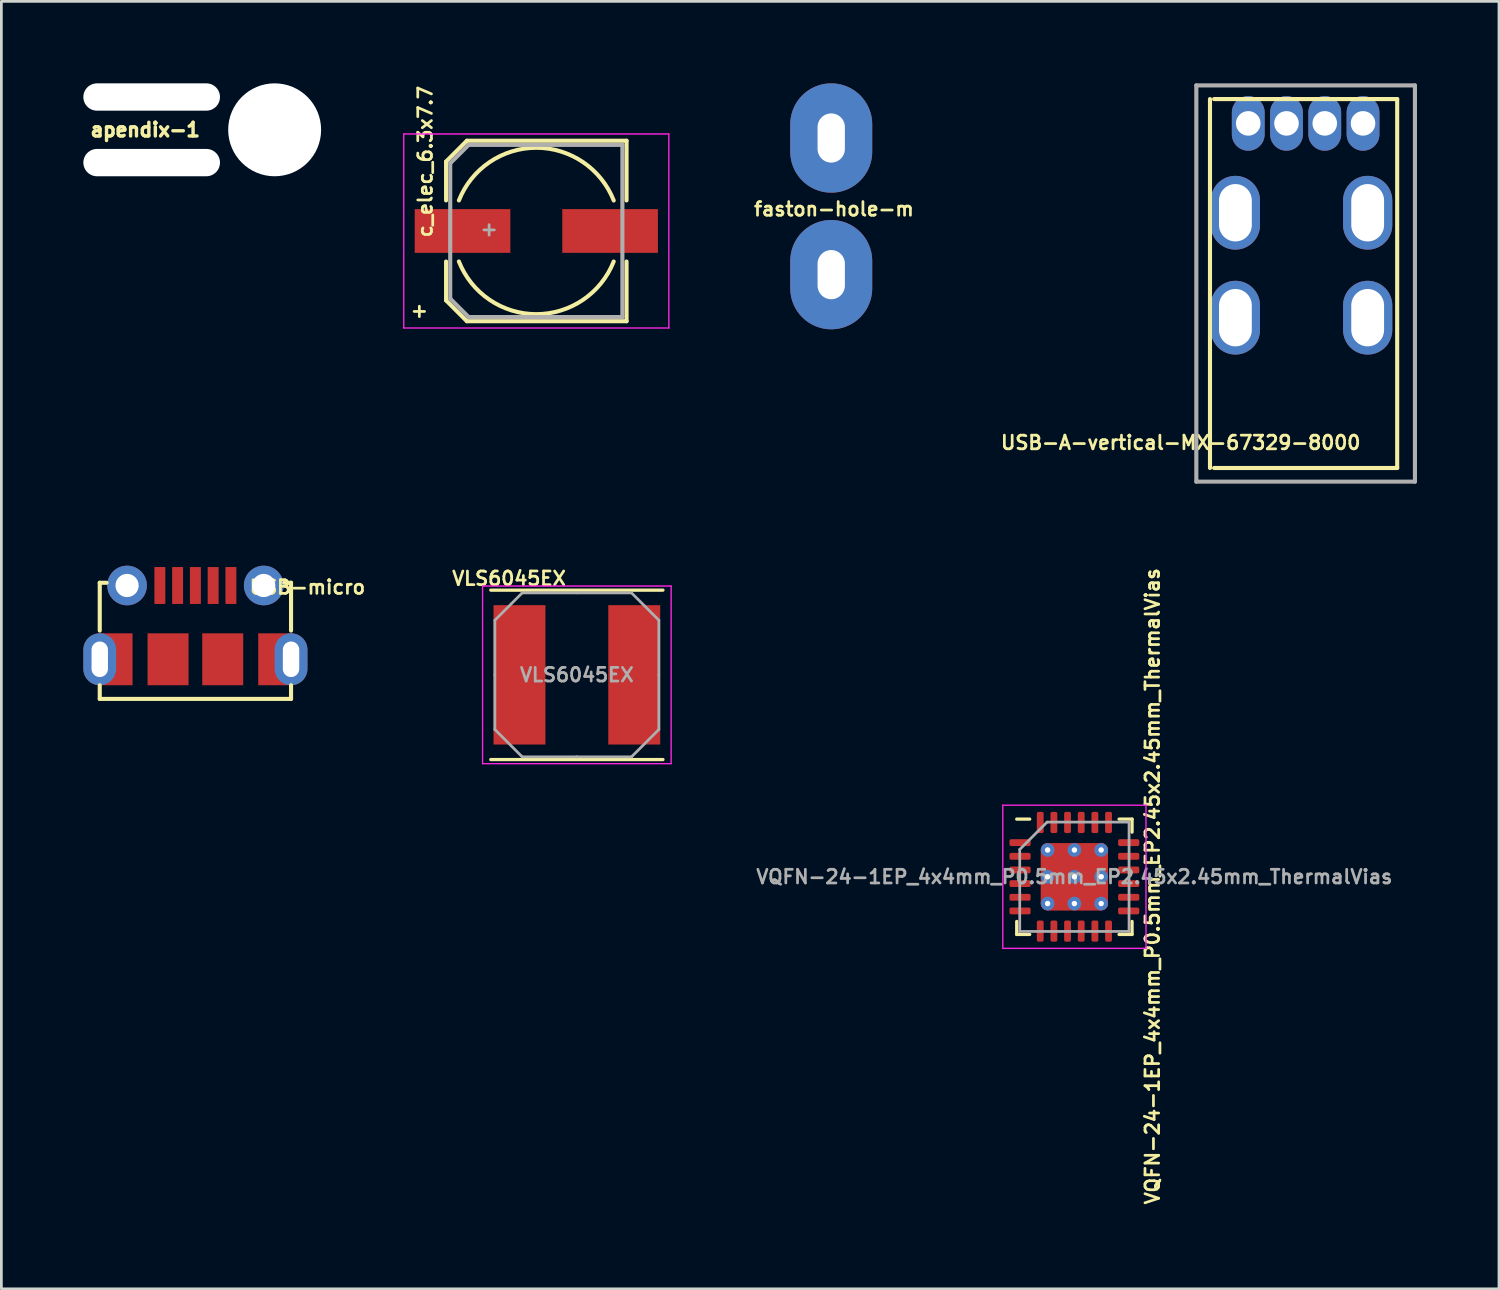
<source format=kicad_pcb>
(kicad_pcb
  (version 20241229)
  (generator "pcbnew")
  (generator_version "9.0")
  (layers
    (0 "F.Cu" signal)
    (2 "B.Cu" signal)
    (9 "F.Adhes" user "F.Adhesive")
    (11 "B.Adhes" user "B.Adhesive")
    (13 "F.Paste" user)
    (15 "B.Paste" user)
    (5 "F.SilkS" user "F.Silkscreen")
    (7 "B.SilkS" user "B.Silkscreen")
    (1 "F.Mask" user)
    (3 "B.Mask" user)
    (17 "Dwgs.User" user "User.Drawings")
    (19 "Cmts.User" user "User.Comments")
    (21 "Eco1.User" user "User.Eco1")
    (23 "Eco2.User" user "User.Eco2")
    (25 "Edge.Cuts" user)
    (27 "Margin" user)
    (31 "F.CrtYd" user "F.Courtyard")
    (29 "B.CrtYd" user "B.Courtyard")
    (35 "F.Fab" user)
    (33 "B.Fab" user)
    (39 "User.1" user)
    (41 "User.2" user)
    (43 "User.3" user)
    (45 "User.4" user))
  (footprint "faston-hole-m"
    (layer "F.Cu")
    (at 27.367 4.5)
    (property "Reference" "faston-hole-m" (at 0.1 0.1 180) (layer "F.SilkS") (effects (font (size 0.5 0.5) (thickness 0.1))))
    (attr through_hole)
    (pad "1" thru_hole oval (at 0 -2.5) (size 3 4) (drill oval 1 1.8) (layers "*.Cu" "*.Mask"))
    (pad "1" thru_hole oval (at 0 2.5) (size 3 4) (drill oval 1 1.8) (layers "*.Cu" "*.Mask")))
  (footprint "USB-A-vertical-MX-67329-8000"
    (layer "F.Cu")
    (at 44.727 8.575)
    (property "Reference" "USB-A-vertical-MX-67329-8000" (at -4.572 4.572 0) (layer "F.SilkS") (effects (font (size 0.5 0.5) (thickness 0.1))))
    (attr through_hole)
    (fp_line (start -3.5 5.5) (end -3.5 -8) (stroke (width 0.15) (type solid)) (layer "F.SilkS"))
    (fp_line (start -3.35 -8) (end 3.35 -8) (stroke (width 0.15) (type solid)) (layer "F.SilkS"))
    (fp_line (start 3.35 -8) (end 3.35 5.5) (stroke (width 0.15) (type solid)) (layer "F.SilkS"))
    (fp_line (start 3.35 5.5) (end -3.35 5.5) (stroke (width 0.15) (type solid)) (layer "F.SilkS"))
    (fp_line (start -4 -8.5) (end -4 6) (stroke (width 0.15) (type solid)) (layer "F.Fab"))
    (fp_line (start -4 6) (end 4 6) (stroke (width 0.15) (type solid)) (layer "F.Fab"))
    (fp_line (start 4 -8.5) (end -4 -8.5) (stroke (width 0.15) (type solid)) (layer "F.Fab"))
    (fp_line (start 4 6) (end 4 -8.5) (stroke (width 0.15) (type solid)) (layer "F.Fab"))
    (pad "1" thru_hole oval (at 2.1 -7.11) (size 1.2 2) (drill 0.9) (layers "*.Cu" "*.Mask"))
    (pad "2" thru_hole oval (at 0.7 -7.11) (size 1.2 2) (drill 0.9) (layers "*.Cu" "*.Mask"))
    (pad "3" thru_hole oval (at -0.7 -7.11) (size 1.2 2) (drill 0.9) (layers "*.Cu" "*.Mask"))
    (pad "4" thru_hole oval (at -2.1 -7.11) (size 1.2 2) (drill 0.9) (layers "*.Cu" "*.Mask"))
    (pad "5" thru_hole oval (at -2.57 -3.84) (size 1.8 2.7) (drill oval 1.2 2.1) (layers "*.Cu" "*.Mask"))
    (pad "5" thru_hole oval (at -2.57 0) (size 1.8 2.7) (drill oval 1.2 2.1) (layers "*.Cu" "*.Mask"))
    (pad "5" thru_hole oval (at 2.27 -3.84) (size 1.8 2.7) (drill oval 1.2 2.1) (layers "*.Cu" "*.Mask"))
    (pad "5" thru_hole oval (at 2.27 0) (size 1.8 2.7) (drill oval 1.2 2.1) (layers "*.Cu" "*.Mask")))
  (footprint "VQFN-24-1EP_4x4mm_P0.5mm_EP2.45x2.45mm_ThermalVias"
    (layer "F.Cu")
    (at 36.265 29.034)
    (property "Reference" "VQFN-24-1EP_4x4mm_P0.5mm_EP2.45x2.45mm_ThermalVias" (at 2.857 0.347 90) (layer "F.SilkS") (effects (font (size 0.5 0.5) (thickness 0.1))))
    (attr smd)
    (fp_line (start -2.11 2.11) (end -2.11 1.635) (stroke (width 0.12) (type solid)) (layer "F.SilkS"))
    (fp_line (start -1.635 -2.11) (end -2.11 -2.11) (stroke (width 0.12) (type solid)) (layer "F.SilkS"))
    (fp_line (start -1.635 2.11) (end -2.11 2.11) (stroke (width 0.12) (type solid)) (layer "F.SilkS"))
    (fp_line (start 1.635 -2.11) (end 2.11 -2.11) (stroke (width 0.12) (type solid)) (layer "F.SilkS"))
    (fp_line (start 1.635 2.11) (end 2.11 2.11) (stroke (width 0.12) (type solid)) (layer "F.SilkS"))
    (fp_line (start 2.11 -2.11) (end 2.11 -1.635) (stroke (width 0.12) (type solid)) (layer "F.SilkS"))
    (fp_line (start 2.11 2.11) (end 2.11 1.635) (stroke (width 0.12) (type solid)) (layer "F.SilkS"))
    (fp_line (start -2.62 -2.62) (end -2.62 2.62) (stroke (width 0.05) (type solid)) (layer "F.CrtYd"))
    (fp_line (start -2.62 2.62) (end 2.62 2.62) (stroke (width 0.05) (type solid)) (layer "F.CrtYd"))
    (fp_line (start 2.62 -2.62) (end -2.62 -2.62) (stroke (width 0.05) (type solid)) (layer "F.CrtYd"))
    (fp_line (start 2.62 2.62) (end 2.62 -2.62) (stroke (width 0.05) (type solid)) (layer "F.CrtYd"))
    (fp_line (start -2 -1) (end -1 -2) (stroke (width 0.1) (type solid)) (layer "F.Fab"))
    (fp_line (start -2 2) (end -2 -1) (stroke (width 0.1) (type solid)) (layer "F.Fab"))
    (fp_line (start -1 -2) (end 2 -2) (stroke (width 0.1) (type solid)) (layer "F.Fab"))
    (fp_line (start 2 -2) (end 2 2) (stroke (width 0.1) (type solid)) (layer "F.Fab"))
    (fp_line (start 2 2) (end -2 2) (stroke (width 0.1) (type solid)) (layer "F.Fab"))
    (fp_text user "${REFERENCE}" (at 0 0 0) (layer "F.Fab") (effects (font (size 0.5 0.5) (thickness 0.1))))
    (pad "" smd custom (at -0.49 -0.49) (size 0.759 0.759) (layers "F.Paste") (options (anchor circle)) (primitives (gr_poly (pts (xy -0.454 -0.243) (xy -0.243 -0.454) (xy 0.243 -0.454) (xy 0.454 -0.243) (xy 0.454 0.243) (xy 0.243 0.454) (xy -0.243 0.454) (xy -0.454 0.243)) (width 0) (fill yes))))
    (pad "" smd custom (at -0.49 0.49) (size 0.759 0.759) (layers "F.Paste") (options (anchor circle)) (primitives (gr_poly (pts (xy -0.454 -0.243) (xy -0.243 -0.454) (xy 0.243 -0.454) (xy 0.454 -0.243) (xy 0.454 0.243) (xy 0.243 0.454) (xy -0.243 0.454) (xy -0.454 0.243)) (width 0) (fill yes))))
    (pad "" smd custom (at 0.49 -0.49) (size 0.759 0.759) (layers "F.Paste") (options (anchor circle)) (primitives (gr_poly (pts (xy -0.454 -0.243) (xy -0.243 -0.454) (xy 0.243 -0.454) (xy 0.454 -0.243) (xy 0.454 0.243) (xy 0.243 0.454) (xy -0.243 0.454) (xy -0.454 0.243)) (width 0) (fill yes))))
    (pad "" smd custom (at 0.49 0.49) (size 0.759 0.759) (layers "F.Paste") (options (anchor circle)) (primitives (gr_poly (pts (xy -0.454 -0.243) (xy -0.243 -0.454) (xy 0.243 -0.454) (xy 0.454 -0.243) (xy 0.454 0.243) (xy 0.243 0.454) (xy -0.243 0.454) (xy -0.454 0.243)) (width 0) (fill yes))))
    (pad "1" smd roundrect (at -1.988 -1.25) (size 0.775 0.25) (layers "F.Cu" "F.Mask" "F.Paste") (roundrect_rratio 0.25))
    (pad "2" smd roundrect (at -1.988 -0.75) (size 0.775 0.25) (layers "F.Cu" "F.Mask" "F.Paste") (roundrect_rratio 0.25))
    (pad "3" smd roundrect (at -1.988 -0.25) (size 0.775 0.25) (layers "F.Cu" "F.Mask" "F.Paste") (roundrect_rratio 0.25))
    (pad "4" smd roundrect (at -1.988 0.25) (size 0.775 0.25) (layers "F.Cu" "F.Mask" "F.Paste") (roundrect_rratio 0.25))
    (pad "5" smd roundrect (at -1.988 0.75) (size 0.775 0.25) (layers "F.Cu" "F.Mask" "F.Paste") (roundrect_rratio 0.25))
    (pad "6" smd roundrect (at -1.988 1.25) (size 0.775 0.25) (layers "F.Cu" "F.Mask" "F.Paste") (roundrect_rratio 0.25))
    (pad "7" smd roundrect (at -1.25 1.988) (size 0.25 0.775) (layers "F.Cu" "F.Mask" "F.Paste") (roundrect_rratio 0.25))
    (pad "8" smd roundrect (at -0.75 1.988) (size 0.25 0.775) (layers "F.Cu" "F.Mask" "F.Paste") (roundrect_rratio 0.25))
    (pad "9" smd roundrect (at -0.25 1.988) (size 0.25 0.775) (layers "F.Cu" "F.Mask" "F.Paste") (roundrect_rratio 0.25))
    (pad "10" smd roundrect (at 0.25 1.988) (size 0.25 0.775) (layers "F.Cu" "F.Mask" "F.Paste") (roundrect_rratio 0.25))
    (pad "11" smd roundrect (at 0.75 1.988) (size 0.25 0.775) (layers "F.Cu" "F.Mask" "F.Paste") (roundrect_rratio 0.25))
    (pad "12" smd roundrect (at 1.25 1.988) (size 0.25 0.775) (layers "F.Cu" "F.Mask" "F.Paste") (roundrect_rratio 0.25))
    (pad "13" smd roundrect (at 1.988 1.25) (size 0.775 0.25) (layers "F.Cu" "F.Mask" "F.Paste") (roundrect_rratio 0.25))
    (pad "14" smd roundrect (at 1.988 0.75) (size 0.775 0.25) (layers "F.Cu" "F.Mask" "F.Paste") (roundrect_rratio 0.25))
    (pad "15" smd roundrect (at 1.988 0.25) (size 0.775 0.25) (layers "F.Cu" "F.Mask" "F.Paste") (roundrect_rratio 0.25))
    (pad "16" smd roundrect (at 1.988 -0.25) (size 0.775 0.25) (layers "F.Cu" "F.Mask" "F.Paste") (roundrect_rratio 0.25))
    (pad "17" smd roundrect (at 1.988 -0.75) (size 0.775 0.25) (layers "F.Cu" "F.Mask" "F.Paste") (roundrect_rratio 0.25))
    (pad "18" smd roundrect (at 1.988 -1.25) (size 0.775 0.25) (layers "F.Cu" "F.Mask" "F.Paste") (roundrect_rratio 0.25))
    (pad "19" smd roundrect (at 1.25 -1.988) (size 0.25 0.775) (layers "F.Cu" "F.Mask" "F.Paste") (roundrect_rratio 0.25))
    (pad "20" smd roundrect (at 0.75 -1.988) (size 0.25 0.775) (layers "F.Cu" "F.Mask" "F.Paste") (roundrect_rratio 0.25))
    (pad "21" smd roundrect (at 0.25 -1.988) (size 0.25 0.775) (layers "F.Cu" "F.Mask" "F.Paste") (roundrect_rratio 0.25))
    (pad "22" smd roundrect (at -0.25 -1.988) (size 0.25 0.775) (layers "F.Cu" "F.Mask" "F.Paste") (roundrect_rratio 0.25))
    (pad "23" smd roundrect (at -0.75 -1.988) (size 0.25 0.775) (layers "F.Cu" "F.Mask" "F.Paste") (roundrect_rratio 0.25))
    (pad "24" smd roundrect (at -1.25 -1.988) (size 0.25 0.775) (layers "F.Cu" "F.Mask" "F.Paste") (roundrect_rratio 0.25))
    (pad "25" thru_hole circle (at -0.98 -0.98) (size 0.5 0.5) (drill 0.2) (layers "*.Cu"))
    (pad "25" thru_hole circle (at -0.98 0) (size 0.5 0.5) (drill 0.2) (layers "*.Cu"))
    (pad "25" thru_hole circle (at -0.98 0.98) (size 0.5 0.5) (drill 0.2) (layers "*.Cu"))
    (pad "25" thru_hole circle (at 0 -0.98) (size 0.5 0.5) (drill 0.2) (layers "*.Cu"))
    (pad "25" thru_hole circle (at 0 0) (size 0.5 0.5) (drill 0.2) (layers "*.Cu"))
    (pad "25" smd roundrect (at 0 0) (size 2.45 2.45) (layers "F.Cu" "F.Mask") (roundrect_rratio 0.102))
    (pad "25" smd roundrect (at 0 0) (size 2.46 2.46) (layers "F.Cu") (roundrect_rratio 0.102))
    (pad "25" thru_hole circle (at 0 0.98) (size 0.5 0.5) (drill 0.2) (layers "*.Cu"))
    (pad "25" thru_hole circle (at 0.98 -0.98) (size 0.5 0.5) (drill 0.2) (layers "*.Cu"))
    (pad "25" thru_hole circle (at 0.98 0) (size 0.5 0.5) (drill 0.2) (layers "*.Cu"))
    (pad "25" thru_hole circle (at 0.98 0.98) (size 0.5 0.5) (drill 0.2) (layers "*.Cu")))
  (footprint "VLS6045EX"
    (layer "F.Cu")
    (at 18.059 21.645)
    (property "Reference" "VLS6045EX" (at -2.481 -3.527 180) (layer "F.SilkS") (effects (font (size 0.5 0.5) (thickness 0.1))))
    (attr smd)
    (fp_line (start -3.15 -3.1) (end 3.15 -3.1) (stroke (width 0.12) (type solid)) (layer "F.SilkS"))
    (fp_line (start -3.15 3.1) (end 3.15 3.1) (stroke (width 0.12) (type solid)) (layer "F.SilkS"))
    (fp_line (start -3.45 -3.25) (end -3.45 3.25) (stroke (width 0.05) (type solid)) (layer "F.CrtYd"))
    (fp_line (start -3.45 3.25) (end 3.45 3.25) (stroke (width 0.05) (type solid)) (layer "F.CrtYd"))
    (fp_line (start 3.45 -3.25) (end -3.45 -3.25) (stroke (width 0.05) (type solid)) (layer "F.CrtYd"))
    (fp_line (start 3.45 3.25) (end 3.45 -3.25) (stroke (width 0.05) (type solid)) (layer "F.CrtYd"))
    (fp_line (start -3 -2) (end -2 -3) (stroke (width 0.1) (type solid)) (layer "F.Fab"))
    (fp_line (start -3 0) (end -3 -2) (stroke (width 0.1) (type solid)) (layer "F.Fab"))
    (fp_line (start -3 0) (end -3 2) (stroke (width 0.1) (type solid)) (layer "F.Fab"))
    (fp_line (start -3 2) (end -2 3) (stroke (width 0.1) (type solid)) (layer "F.Fab"))
    (fp_line (start -2 -3) (end 0 -3) (stroke (width 0.1) (type solid)) (layer "F.Fab"))
    (fp_line (start -2 3) (end 0 3) (stroke (width 0.1) (type solid)) (layer "F.Fab"))
    (fp_line (start 2 -3) (end 0 -3) (stroke (width 0.1) (type solid)) (layer "F.Fab"))
    (fp_line (start 2 3) (end 0 3) (stroke (width 0.1) (type solid)) (layer "F.Fab"))
    (fp_line (start 3 -2) (end 2 -3) (stroke (width 0.1) (type solid)) (layer "F.Fab"))
    (fp_line (start 3 0) (end 3 -2) (stroke (width 0.1) (type solid)) (layer "F.Fab"))
    (fp_line (start 3 0) (end 3 2) (stroke (width 0.1) (type solid)) (layer "F.Fab"))
    (fp_line (start 3 2) (end 2 3) (stroke (width 0.1) (type solid)) (layer "F.Fab"))
    (fp_text user "${REFERENCE}" (at 0 0 0) (layer "F.Fab") (effects (font (size 0.5 0.5) (thickness 0.1))))
    (pad "1" smd rect (at -2.1 0) (size 1.9 5.1) (layers "F.Cu" "F.Mask" "F.Paste"))
    (pad "2" smd rect (at 2.1 0) (size 1.9 5.1) (layers "F.Cu" "F.Mask" "F.Paste")))
  (footprint "apendix-1"
    (layer "F.Cu")
    (at 2.9 1.7)
    (property "Reference" "apendix-1" (at -0.635 0 0) (layer "F.SilkS") (effects (font (size 0.5 0.5) (thickness 0.125))))
    (attr through_hole)
    (pad "" np_thru_hole oval (at -0.4 -1.2) (size 5 1) (drill oval 5 1) (layers "*.Cu" "*.Mask"))
    (pad "" np_thru_hole oval (at -0.4 1.2) (size 5 1) (drill oval 5 1) (layers "*.Cu" "*.Mask"))
    (pad "" np_thru_hole circle (at 4.1 0) (size 3.4 3.4) (drill 3.4) (layers "*.Cu" "*.Mask")))
  (footprint "USB-micro"
    (layer "F.Cu")
    (at 4.1 22.525)
    (property "Reference" "USB-micro" (at 4.099 -4.088 0) (layer "F.SilkS") (effects (font (size 0.5 0.5) (thickness 0.1))))
    (attr through_hole)
    (fp_line (start -3.5 -4.25) (end -3.25 -4.25) (stroke (width 0.15) (type solid)) (layer "F.SilkS"))
    (fp_line (start -3.5 -2.5) (end -3.5 -4.25) (stroke (width 0.15) (type solid)) (layer "F.SilkS"))
    (fp_line (start -3.5 -0.5) (end -3.5 0) (stroke (width 0.15) (type solid)) (layer "F.SilkS"))
    (fp_line (start -3.5 0) (end 3.5 0) (stroke (width 0.15) (type solid)) (layer "F.SilkS"))
    (fp_line (start 3.5 -4.25) (end 3.25 -4.25) (stroke (width 0.15) (type solid)) (layer "F.SilkS"))
    (fp_line (start 3.5 -2.5) (end 3.5 -4.25) (stroke (width 0.15) (type solid)) (layer "F.SilkS"))
    (fp_line (start 3.5 0) (end 3.5 -0.5) (stroke (width 0.15) (type solid)) (layer "F.SilkS"))
    (pad "1" smd rect (at -1.3 -4.15) (size 0.4 1.35) (layers "F.Cu" "F.Mask" "F.Paste"))
    (pad "2" smd rect (at -0.65 -4.15) (size 0.4 1.35) (layers "F.Cu" "F.Mask" "F.Paste"))
    (pad "3" smd rect (at 0 -4.15) (size 0.4 1.35) (layers "F.Cu" "F.Mask" "F.Paste"))
    (pad "4" smd rect (at 0.65 -4.15) (size 0.4 1.35) (layers "F.Cu" "F.Mask" "F.Paste"))
    (pad "5" smd rect (at 1.3 -4.15) (size 0.4 1.35) (layers "F.Cu" "F.Mask" "F.Paste"))
    (pad "6" thru_hole oval (at -3.5 -1.45) (size 1.2 1.9) (drill oval 0.6 1.3) (layers "*.Cu" "*.Mask"))
    (pad "6" smd rect (at -2.9 -1.45) (size 1.2 1.9) (layers "F.Cu" "F.Mask"))
    (pad "6" thru_hole circle (at -2.5 -4.15) (size 1.45 1.45) (drill 0.85) (layers "*.Cu" "*.Mask"))
    (pad "6" smd rect (at -1 -1.45) (size 1.5 1.9) (layers "F.Cu" "F.Mask" "F.Paste"))
    (pad "6" smd rect (at 1 -1.45) (size 1.5 1.9) (layers "F.Cu" "F.Mask" "F.Paste"))
    (pad "6" thru_hole circle (at 2.5 -4.15) (size 1.45 1.45) (drill 0.85) (layers "*.Cu" "*.Mask"))
    (pad "6" smd rect (at 2.9 -1.45) (size 1.2 1.9) (layers "F.Cu" "F.Mask"))
    (pad "6" thru_hole oval (at 3.5 -1.45) (size 1.2 1.9) (drill oval 0.6 1.3) (layers "*.Cu" "*.Mask")))
  (footprint "c_elec_6.3x7.7"
    (layer "F.Cu")
    (at 16.575 5.402)
    (property "Reference" "c_elec_6.3x7.7" (at -4.064 -2.54 90) (layer "F.SilkS") (effects (font (size 0.5 0.5) (thickness 0.1))))
    (attr smd)
    (fp_line (start -3.302 -2.54) (end -3.302 -1.118) (stroke (width 0.15) (type solid)) (layer "F.SilkS"))
    (fp_line (start -3.302 -2.54) (end -2.54 -3.302) (stroke (width 0.15) (type solid)) (layer "F.SilkS"))
    (fp_line (start -3.302 2.54) (end -3.302 1.118) (stroke (width 0.15) (type solid)) (layer "F.SilkS"))
    (fp_line (start -2.54 -3.302) (end 3.302 -3.302) (stroke (width 0.15) (type solid)) (layer "F.SilkS"))
    (fp_line (start -2.54 3.302) (end -3.302 2.54) (stroke (width 0.15) (type solid)) (layer "F.SilkS"))
    (fp_line (start 3.302 -3.302) (end 3.302 -1.118) (stroke (width 0.15) (type solid)) (layer "F.SilkS"))
    (fp_line (start 3.302 3.302) (end -2.54 3.302) (stroke (width 0.15) (type solid)) (layer "F.SilkS"))
    (fp_line (start 3.302 3.302) (end 3.302 1.118) (stroke (width 0.15) (type solid)) (layer "F.SilkS"))
    (fp_arc (start -2.8321 -1.1176) (mid 0.001257 -3.044638) (end 2.833022 -1.115262) (stroke (width 0.15) (type solid)) (layer "F.SilkS"))
    (fp_arc (start 2.8321 1.1176) (mid -0.001257 3.044638) (end -2.833022 1.115262) (stroke (width 0.15) (type solid)) (layer "F.SilkS"))
    (fp_line (start -4.85 -3.55) (end -4.85 3.55) (stroke (width 0.05) (type solid)) (layer "F.CrtYd"))
    (fp_line (start -4.85 3.55) (end 4.85 3.55) (stroke (width 0.05) (type solid)) (layer "F.CrtYd"))
    (fp_line (start 4.85 -3.55) (end -4.85 -3.55) (stroke (width 0.05) (type solid)) (layer "F.CrtYd"))
    (fp_line (start 4.85 3.55) (end 4.85 -3.55) (stroke (width 0.05) (type solid)) (layer "F.CrtYd"))
    (fp_line (start -3.15 -2.477) (end -3.15 2.477) (stroke (width 0.15) (type solid)) (layer "F.Fab"))
    (fp_line (start -3.15 2.477) (end -2.477 3.15) (stroke (width 0.15) (type solid)) (layer "F.Fab"))
    (fp_line (start -2.477 -3.15) (end -3.15 -2.477) (stroke (width 0.15) (type solid)) (layer "F.Fab"))
    (fp_line (start -2.477 3.15) (end 3.15 3.15) (stroke (width 0.15) (type solid)) (layer "F.Fab"))
    (fp_line (start 3.15 -3.15) (end -2.477 -3.15) (stroke (width 0.15) (type solid)) (layer "F.Fab"))
    (fp_line (start 3.15 3.15) (end 3.15 -3.15) (stroke (width 0.15) (type solid)) (layer "F.Fab"))
    (fp_text user "+" (at -4.28 2.908 0) (layer "F.SilkS") (effects (font (size 0.5 0.5) (thickness 0.1))))
    (fp_text user "+" (at -1.727 -0.076 0) (layer "F.Fab") (effects (font (size 0.5 0.5) (thickness 0.1))))
    (pad "1" smd rect (at -2.7 0 180) (size 3.5 1.6) (layers "F.Cu" "F.Mask" "F.Paste"))
    (pad "2" smd rect (at 2.7 0 180) (size 3.5 1.6) (layers "F.Cu" "F.Mask" "F.Paste")))
  (gr_rect
    (start -3 -3)
    (end 51.802 44.112)
    (stroke (width 0.1) (type default))
    (fill no)
    (layer "Edge.Cuts")))
</source>
